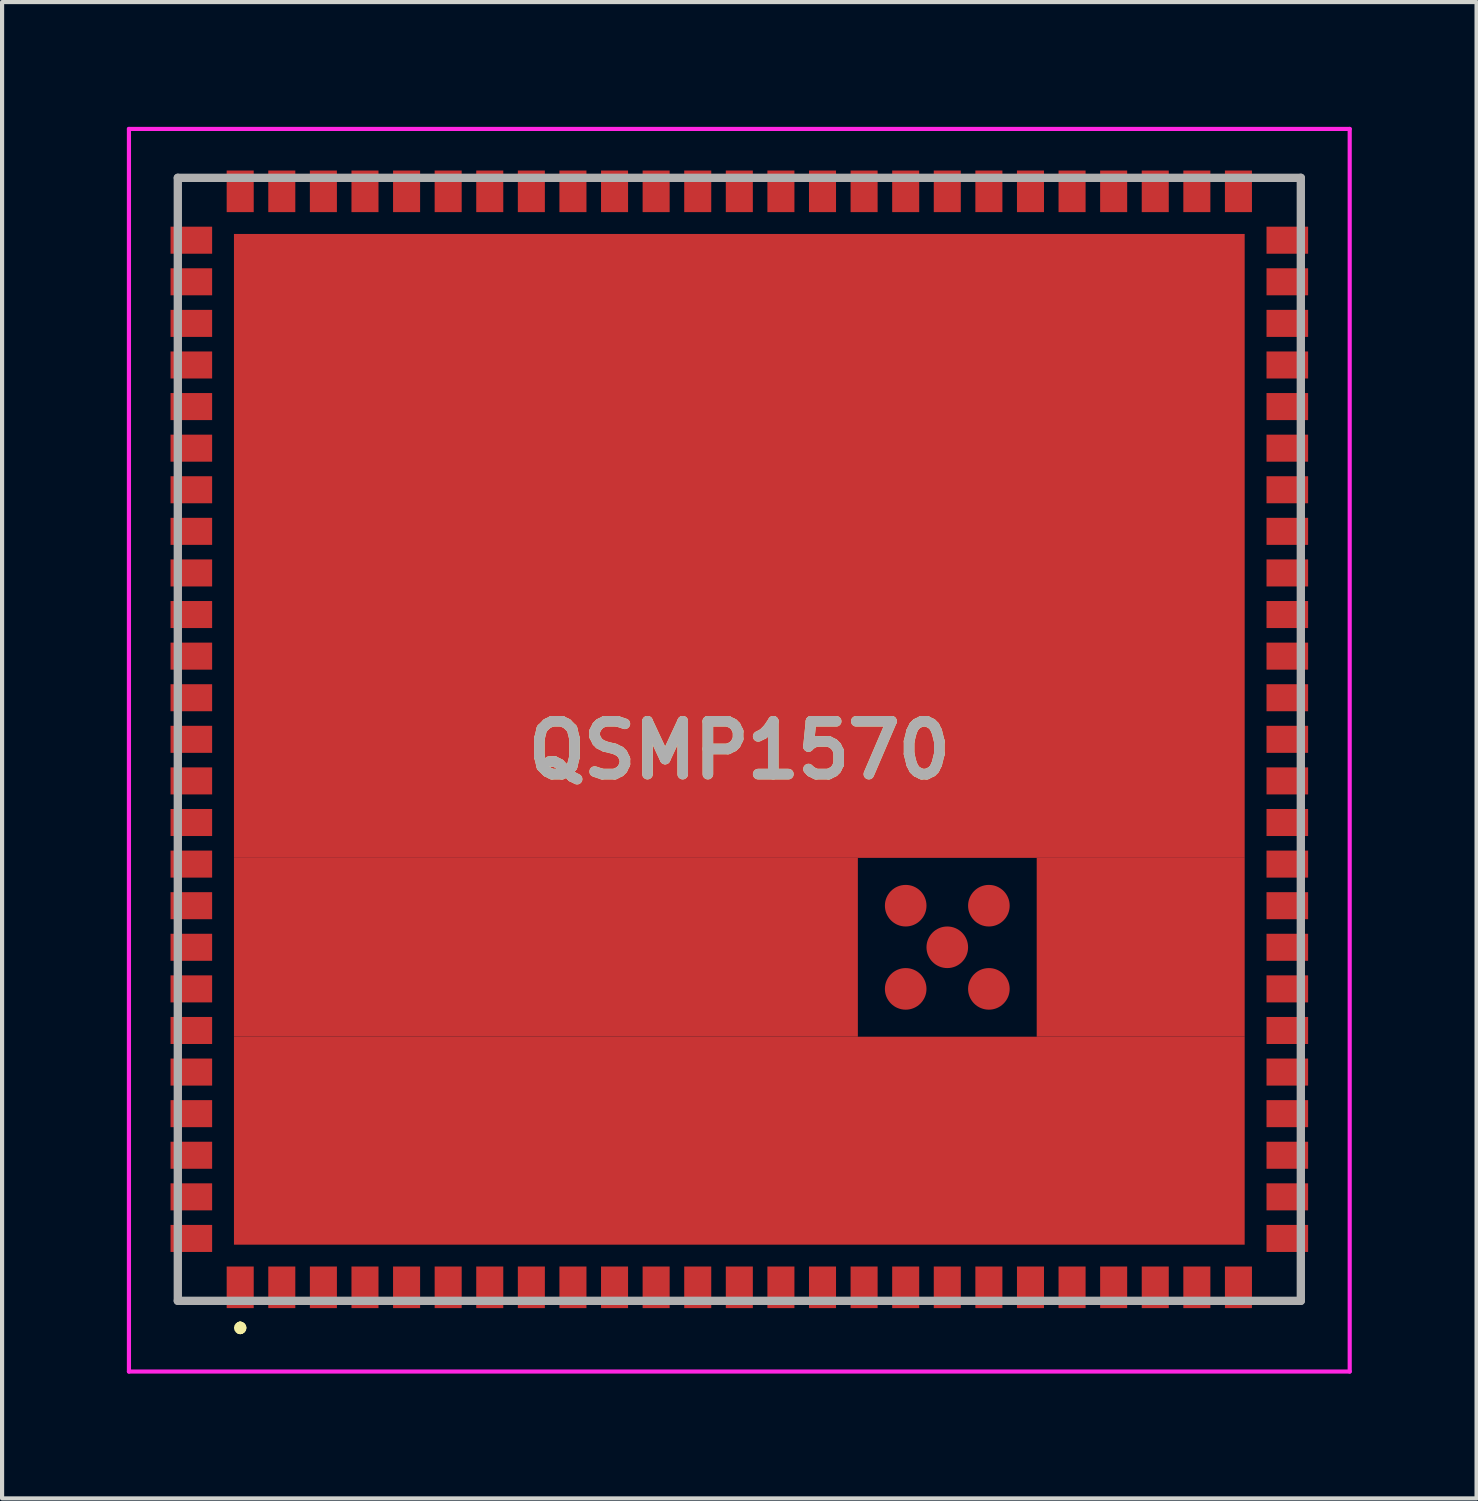
<source format=kicad_pcb>
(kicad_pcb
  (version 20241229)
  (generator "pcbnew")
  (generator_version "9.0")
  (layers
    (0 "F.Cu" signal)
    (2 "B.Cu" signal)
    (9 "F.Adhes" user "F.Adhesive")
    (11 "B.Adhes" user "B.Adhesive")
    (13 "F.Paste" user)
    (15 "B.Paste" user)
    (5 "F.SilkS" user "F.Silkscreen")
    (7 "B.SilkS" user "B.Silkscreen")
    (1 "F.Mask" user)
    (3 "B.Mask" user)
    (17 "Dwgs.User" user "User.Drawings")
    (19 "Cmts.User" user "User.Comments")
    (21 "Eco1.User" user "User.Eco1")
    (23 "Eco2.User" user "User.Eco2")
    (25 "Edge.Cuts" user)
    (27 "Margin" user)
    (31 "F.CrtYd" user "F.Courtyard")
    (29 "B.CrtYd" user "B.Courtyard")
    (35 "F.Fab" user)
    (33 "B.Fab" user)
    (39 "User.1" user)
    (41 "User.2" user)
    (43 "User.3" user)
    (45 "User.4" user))
  (footprint "QSMP1570"
    (layer "F.Cu")
    (at 14.725 14.725)
    (property "Reference" "QSMP1570" (at 0 0.262 0) (layer "F.SilkS") (effects (font (size 1.27 1.27) (thickness 0.254))))
    (attr smd)
    (fp_line (start -12 14.1) (end -12 14.1) (stroke (width 0.2) (type solid)) (layer "F.SilkS"))
    (fp_line (start -12 14.2) (end -12 14.2) (stroke (width 0.2) (type solid)) (layer "F.SilkS"))
    (fp_line (start -12 14.2) (end -12 14.2) (stroke (width 0.2) (type solid)) (layer "F.SilkS"))
    (fp_arc (start -12 14.1) (mid -11.95 14.15) (end -12 14.2) (stroke (width 0.2) (type solid)) (layer "F.SilkS"))
    (fp_arc (start -12 14.1) (mid -11.95 14.15) (end -12 14.2) (stroke (width 0.2) (type solid)) (layer "F.SilkS"))
    (fp_arc (start -12 14.2) (mid -12.05 14.15) (end -12 14.1) (stroke (width 0.2) (type solid)) (layer "F.SilkS"))
    (fp_line (start -14.675 -14.675) (end 14.675 -14.675) (stroke (width 0.1) (type solid)) (layer "F.CrtYd"))
    (fp_line (start -14.675 15.2) (end -14.675 -14.675) (stroke (width 0.1) (type solid)) (layer "F.CrtYd"))
    (fp_line (start 14.675 -14.675) (end 14.675 15.2) (stroke (width 0.1) (type solid)) (layer "F.CrtYd"))
    (fp_line (start 14.675 15.2) (end -14.675 15.2) (stroke (width 0.1) (type solid)) (layer "F.CrtYd"))
    (fp_line (start -13.5 -13.5) (end -13.5 13.5) (stroke (width 0.2) (type solid)) (layer "F.Fab"))
    (fp_line (start -13.5 13.5) (end 13.5 13.5) (stroke (width 0.2) (type solid)) (layer "F.Fab"))
    (fp_line (start 13.5 -13.5) (end -13.5 -13.5) (stroke (width 0.2) (type solid)) (layer "F.Fab"))
    (fp_line (start 13.5 13.5) (end 13.5 -13.5) (stroke (width 0.2) (type solid)) (layer "F.Fab"))
    (fp_text user "${REFERENCE}" (at 0 0.262 0) (layer "F.Fab") (effects (font (size 1.27 1.27) (thickness 0.254))))
    (pad "1" smd rect (at -12 13.175) (size 0.65 1) (layers "F.Cu" "F.Mask" "F.Paste"))
    (pad "2" smd rect (at -11 13.175) (size 0.65 1) (layers "F.Cu" "F.Mask" "F.Paste"))
    (pad "3" smd rect (at -10 13.175) (size 0.65 1) (layers "F.Cu" "F.Mask" "F.Paste"))
    (pad "4" smd rect (at -9 13.175) (size 0.65 1) (layers "F.Cu" "F.Mask" "F.Paste"))
    (pad "5" smd rect (at -8 13.175) (size 0.65 1) (layers "F.Cu" "F.Mask" "F.Paste"))
    (pad "6" smd rect (at -7 13.175) (size 0.65 1) (layers "F.Cu" "F.Mask" "F.Paste"))
    (pad "7" smd rect (at -6 13.175) (size 0.65 1) (layers "F.Cu" "F.Mask" "F.Paste"))
    (pad "8" smd rect (at -5 13.175) (size 0.65 1) (layers "F.Cu" "F.Mask" "F.Paste"))
    (pad "9" smd rect (at -4 13.175) (size 0.65 1) (layers "F.Cu" "F.Mask" "F.Paste"))
    (pad "10" smd rect (at -3 13.175) (size 0.65 1) (layers "F.Cu" "F.Mask" "F.Paste"))
    (pad "11" smd rect (at -2 13.175) (size 0.65 1) (layers "F.Cu" "F.Mask" "F.Paste"))
    (pad "12" smd rect (at -1 13.175) (size 0.65 1) (layers "F.Cu" "F.Mask" "F.Paste"))
    (pad "13" smd rect (at 0 13.175) (size 0.65 1) (layers "F.Cu" "F.Mask" "F.Paste"))
    (pad "14" smd rect (at 1 13.175) (size 0.65 1) (layers "F.Cu" "F.Mask" "F.Paste"))
    (pad "15" smd rect (at 2 13.175) (size 0.65 1) (layers "F.Cu" "F.Mask" "F.Paste"))
    (pad "16" smd rect (at 3 13.175) (size 0.65 1) (layers "F.Cu" "F.Mask" "F.Paste"))
    (pad "17" smd rect (at 4 13.175) (size 0.65 1) (layers "F.Cu" "F.Mask" "F.Paste"))
    (pad "18" smd rect (at 5 13.175) (size 0.65 1) (layers "F.Cu" "F.Mask" "F.Paste"))
    (pad "19" smd rect (at 6 13.175) (size 0.65 1) (layers "F.Cu" "F.Mask" "F.Paste"))
    (pad "20" smd rect (at 7 13.175) (size 0.65 1) (layers "F.Cu" "F.Mask" "F.Paste"))
    (pad "21" smd rect (at 8 13.175) (size 0.65 1) (layers "F.Cu" "F.Mask" "F.Paste"))
    (pad "22" smd rect (at 9 13.175) (size 0.65 1) (layers "F.Cu" "F.Mask" "F.Paste"))
    (pad "23" smd rect (at 10 13.175) (size 0.65 1) (layers "F.Cu" "F.Mask" "F.Paste"))
    (pad "24" smd rect (at 11 13.175) (size 0.65 1) (layers "F.Cu" "F.Mask" "F.Paste"))
    (pad "25" smd rect (at 12 13.175) (size 0.65 1) (layers "F.Cu" "F.Mask" "F.Paste"))
    (pad "26" smd rect (at 13.175 12 90) (size 0.65 1) (layers "F.Cu" "F.Mask" "F.Paste"))
    (pad "27" smd rect (at 13.175 11 90) (size 0.65 1) (layers "F.Cu" "F.Mask" "F.Paste"))
    (pad "28" smd rect (at 13.175 10 90) (size 0.65 1) (layers "F.Cu" "F.Mask" "F.Paste"))
    (pad "29" smd rect (at 13.175 9 90) (size 0.65 1) (layers "F.Cu" "F.Mask" "F.Paste"))
    (pad "30" smd rect (at 13.175 8 90) (size 0.65 1) (layers "F.Cu" "F.Mask" "F.Paste"))
    (pad "31" smd rect (at 13.175 7 90) (size 0.65 1) (layers "F.Cu" "F.Mask" "F.Paste"))
    (pad "32" smd rect (at 13.175 6 90) (size 0.65 1) (layers "F.Cu" "F.Mask" "F.Paste"))
    (pad "33" smd rect (at 13.175 5 90) (size 0.65 1) (layers "F.Cu" "F.Mask" "F.Paste"))
    (pad "34" smd rect (at 13.175 4 90) (size 0.65 1) (layers "F.Cu" "F.Mask" "F.Paste"))
    (pad "35" smd rect (at 13.175 3 90) (size 0.65 1) (layers "F.Cu" "F.Mask" "F.Paste"))
    (pad "36" smd rect (at 13.175 2 90) (size 0.65 1) (layers "F.Cu" "F.Mask" "F.Paste"))
    (pad "37" smd rect (at 13.175 1 90) (size 0.65 1) (layers "F.Cu" "F.Mask" "F.Paste"))
    (pad "38" smd rect (at 13.175 0 90) (size 0.65 1) (layers "F.Cu" "F.Mask" "F.Paste"))
    (pad "39" smd rect (at 13.175 -1 90) (size 0.65 1) (layers "F.Cu" "F.Mask" "F.Paste"))
    (pad "40" smd rect (at 13.175 -2 90) (size 0.65 1) (layers "F.Cu" "F.Mask" "F.Paste"))
    (pad "41" smd rect (at 13.175 -3 90) (size 0.65 1) (layers "F.Cu" "F.Mask" "F.Paste"))
    (pad "42" smd rect (at 13.175 -4 90) (size 0.65 1) (layers "F.Cu" "F.Mask" "F.Paste"))
    (pad "43" smd rect (at 13.175 -5 90) (size 0.65 1) (layers "F.Cu" "F.Mask" "F.Paste"))
    (pad "44" smd rect (at 13.175 -6 90) (size 0.65 1) (layers "F.Cu" "F.Mask" "F.Paste"))
    (pad "45" smd rect (at 13.175 -7 90) (size 0.65 1) (layers "F.Cu" "F.Mask" "F.Paste"))
    (pad "46" smd rect (at 13.175 -8 90) (size 0.65 1) (layers "F.Cu" "F.Mask" "F.Paste"))
    (pad "47" smd rect (at 13.175 -9 90) (size 0.65 1) (layers "F.Cu" "F.Mask" "F.Paste"))
    (pad "48" smd rect (at 13.175 -10 90) (size 0.65 1) (layers "F.Cu" "F.Mask" "F.Paste"))
    (pad "49" smd rect (at 13.175 -11 90) (size 0.65 1) (layers "F.Cu" "F.Mask" "F.Paste"))
    (pad "50" smd rect (at 13.175 -12 90) (size 0.65 1) (layers "F.Cu" "F.Mask" "F.Paste"))
    (pad "51" smd rect (at 12 -13.175) (size 0.65 1) (layers "F.Cu" "F.Mask" "F.Paste"))
    (pad "52" smd rect (at 11 -13.175) (size 0.65 1) (layers "F.Cu" "F.Mask" "F.Paste"))
    (pad "53" smd rect (at 10 -13.175) (size 0.65 1) (layers "F.Cu" "F.Mask" "F.Paste"))
    (pad "54" smd rect (at 9 -13.175) (size 0.65 1) (layers "F.Cu" "F.Mask" "F.Paste"))
    (pad "55" smd rect (at 8 -13.175) (size 0.65 1) (layers "F.Cu" "F.Mask" "F.Paste"))
    (pad "56" smd rect (at 7 -13.175) (size 0.65 1) (layers "F.Cu" "F.Mask" "F.Paste"))
    (pad "57" smd rect (at 6 -13.175) (size 0.65 1) (layers "F.Cu" "F.Mask" "F.Paste"))
    (pad "58" smd rect (at 5 -13.175) (size 0.65 1) (layers "F.Cu" "F.Mask" "F.Paste"))
    (pad "59" smd rect (at 4 -13.175) (size 0.65 1) (layers "F.Cu" "F.Mask" "F.Paste"))
    (pad "60" smd rect (at 3 -13.175) (size 0.65 1) (layers "F.Cu" "F.Mask" "F.Paste"))
    (pad "61" smd rect (at 2 -13.175) (size 0.65 1) (layers "F.Cu" "F.Mask" "F.Paste"))
    (pad "62" smd rect (at 1 -13.175) (size 0.65 1) (layers "F.Cu" "F.Mask" "F.Paste"))
    (pad "63" smd rect (at 0 -13.175) (size 0.65 1) (layers "F.Cu" "F.Mask" "F.Paste"))
    (pad "64" smd rect (at -1 -13.175) (size 0.65 1) (layers "F.Cu" "F.Mask" "F.Paste"))
    (pad "65" smd rect (at -2 -13.175) (size 0.65 1) (layers "F.Cu" "F.Mask" "F.Paste"))
    (pad "66" smd rect (at -3 -13.175) (size 0.65 1) (layers "F.Cu" "F.Mask" "F.Paste"))
    (pad "67" smd rect (at -4 -13.175) (size 0.65 1) (layers "F.Cu" "F.Mask" "F.Paste"))
    (pad "68" smd rect (at -5 -13.175) (size 0.65 1) (layers "F.Cu" "F.Mask" "F.Paste"))
    (pad "69" smd rect (at -6 -13.175) (size 0.65 1) (layers "F.Cu" "F.Mask" "F.Paste"))
    (pad "70" smd rect (at -7 -13.175) (size 0.65 1) (layers "F.Cu" "F.Mask" "F.Paste"))
    (pad "71" smd rect (at -8 -13.175) (size 0.65 1) (layers "F.Cu" "F.Mask" "F.Paste"))
    (pad "72" smd rect (at -9 -13.175) (size 0.65 1) (layers "F.Cu" "F.Mask" "F.Paste"))
    (pad "73" smd rect (at -10 -13.175) (size 0.65 1) (layers "F.Cu" "F.Mask" "F.Paste"))
    (pad "74" smd rect (at -11 -13.175) (size 0.65 1) (layers "F.Cu" "F.Mask" "F.Paste"))
    (pad "75" smd rect (at -12 -13.175) (size 0.65 1) (layers "F.Cu" "F.Mask" "F.Paste"))
    (pad "76" smd rect (at -13.175 -12 90) (size 0.65 1) (layers "F.Cu" "F.Mask" "F.Paste"))
    (pad "77" smd rect (at -13.175 -11 90) (size 0.65 1) (layers "F.Cu" "F.Mask" "F.Paste"))
    (pad "78" smd rect (at -13.175 -10 90) (size 0.65 1) (layers "F.Cu" "F.Mask" "F.Paste"))
    (pad "79" smd rect (at -13.175 -9 90) (size 0.65 1) (layers "F.Cu" "F.Mask" "F.Paste"))
    (pad "80" smd rect (at -13.175 -8 90) (size 0.65 1) (layers "F.Cu" "F.Mask" "F.Paste"))
    (pad "81" smd rect (at -13.175 -7 90) (size 0.65 1) (layers "F.Cu" "F.Mask" "F.Paste"))
    (pad "82" smd rect (at -13.175 -6 90) (size 0.65 1) (layers "F.Cu" "F.Mask" "F.Paste"))
    (pad "83" smd rect (at -13.175 -5 90) (size 0.65 1) (layers "F.Cu" "F.Mask" "F.Paste"))
    (pad "84" smd rect (at -13.175 -4 90) (size 0.65 1) (layers "F.Cu" "F.Mask" "F.Paste"))
    (pad "85" smd rect (at -13.175 -3 90) (size 0.65 1) (layers "F.Cu" "F.Mask" "F.Paste"))
    (pad "86" smd rect (at -13.175 -2 90) (size 0.65 1) (layers "F.Cu" "F.Mask" "F.Paste"))
    (pad "87" smd rect (at -13.175 -1 90) (size 0.65 1) (layers "F.Cu" "F.Mask" "F.Paste"))
    (pad "88" smd rect (at -13.175 0 90) (size 0.65 1) (layers "F.Cu" "F.Mask" "F.Paste"))
    (pad "89" smd rect (at -13.175 1 90) (size 0.65 1) (layers "F.Cu" "F.Mask" "F.Paste"))
    (pad "90" smd rect (at -13.175 2 90) (size 0.65 1) (layers "F.Cu" "F.Mask" "F.Paste"))
    (pad "91" smd rect (at -13.175 3 90) (size 0.65 1) (layers "F.Cu" "F.Mask" "F.Paste"))
    (pad "92" smd rect (at -13.175 4 90) (size 0.65 1) (layers "F.Cu" "F.Mask" "F.Paste"))
    (pad "93" smd rect (at -13.175 5 90) (size 0.65 1) (layers "F.Cu" "F.Mask" "F.Paste"))
    (pad "94" smd rect (at -13.175 6 90) (size 0.65 1) (layers "F.Cu" "F.Mask" "F.Paste"))
    (pad "95" smd rect (at -13.175 7 90) (size 0.65 1) (layers "F.Cu" "F.Mask" "F.Paste"))
    (pad "96" smd rect (at -13.175 8 90) (size 0.65 1) (layers "F.Cu" "F.Mask" "F.Paste"))
    (pad "97" smd rect (at -13.175 9 90) (size 0.65 1) (layers "F.Cu" "F.Mask" "F.Paste"))
    (pad "98" smd rect (at -13.175 10 90) (size 0.65 1) (layers "F.Cu" "F.Mask" "F.Paste"))
    (pad "99" smd rect (at -13.175 11 90) (size 0.65 1) (layers "F.Cu" "F.Mask" "F.Paste"))
    (pad "100" smd rect (at -13.175 12 90) (size 0.65 1) (layers "F.Cu" "F.Mask" "F.Paste"))
    (pad "101" smd rect (at 0 -4.65 90) (size 15 24.3) (layers "F.Cu" "F.Mask" "F.Paste"))
    (pad "102" smd rect (at -4.65 5 90) (size 4.3 15) (layers "F.Cu" "F.Mask" "F.Paste"))
    (pad "103" smd rect (at 0 9.65 90) (size 5 24.3) (layers "F.Cu" "F.Mask" "F.Paste"))
    (pad "104" smd rect (at 9.65 5 90) (size 4.3 5) (layers "F.Cu" "F.Mask" "F.Paste"))
    (pad "A1" smd circle (at 4 6 90) (size 1 1) (layers "F.Cu" "F.Mask" "F.Paste"))
    (pad "A3" smd circle (at 6 6 90) (size 1 1) (layers "F.Cu" "F.Mask" "F.Paste"))
    (pad "B2" smd circle (at 5 5 90) (size 1 1) (layers "F.Cu" "F.Mask" "F.Paste"))
    (pad "C1" smd circle (at 4 4 90) (size 1 1) (layers "F.Cu" "F.Mask" "F.Paste"))
    (pad "C3" smd circle (at 6 4 90) (size 1 1) (layers "F.Cu" "F.Mask" "F.Paste")))
  (gr_rect
    (start -3 -3)
    (end 32.45 32.975)
    (stroke (width 0.1) (type default))
    (fill no)
    (layer "Edge.Cuts")))
</source>
